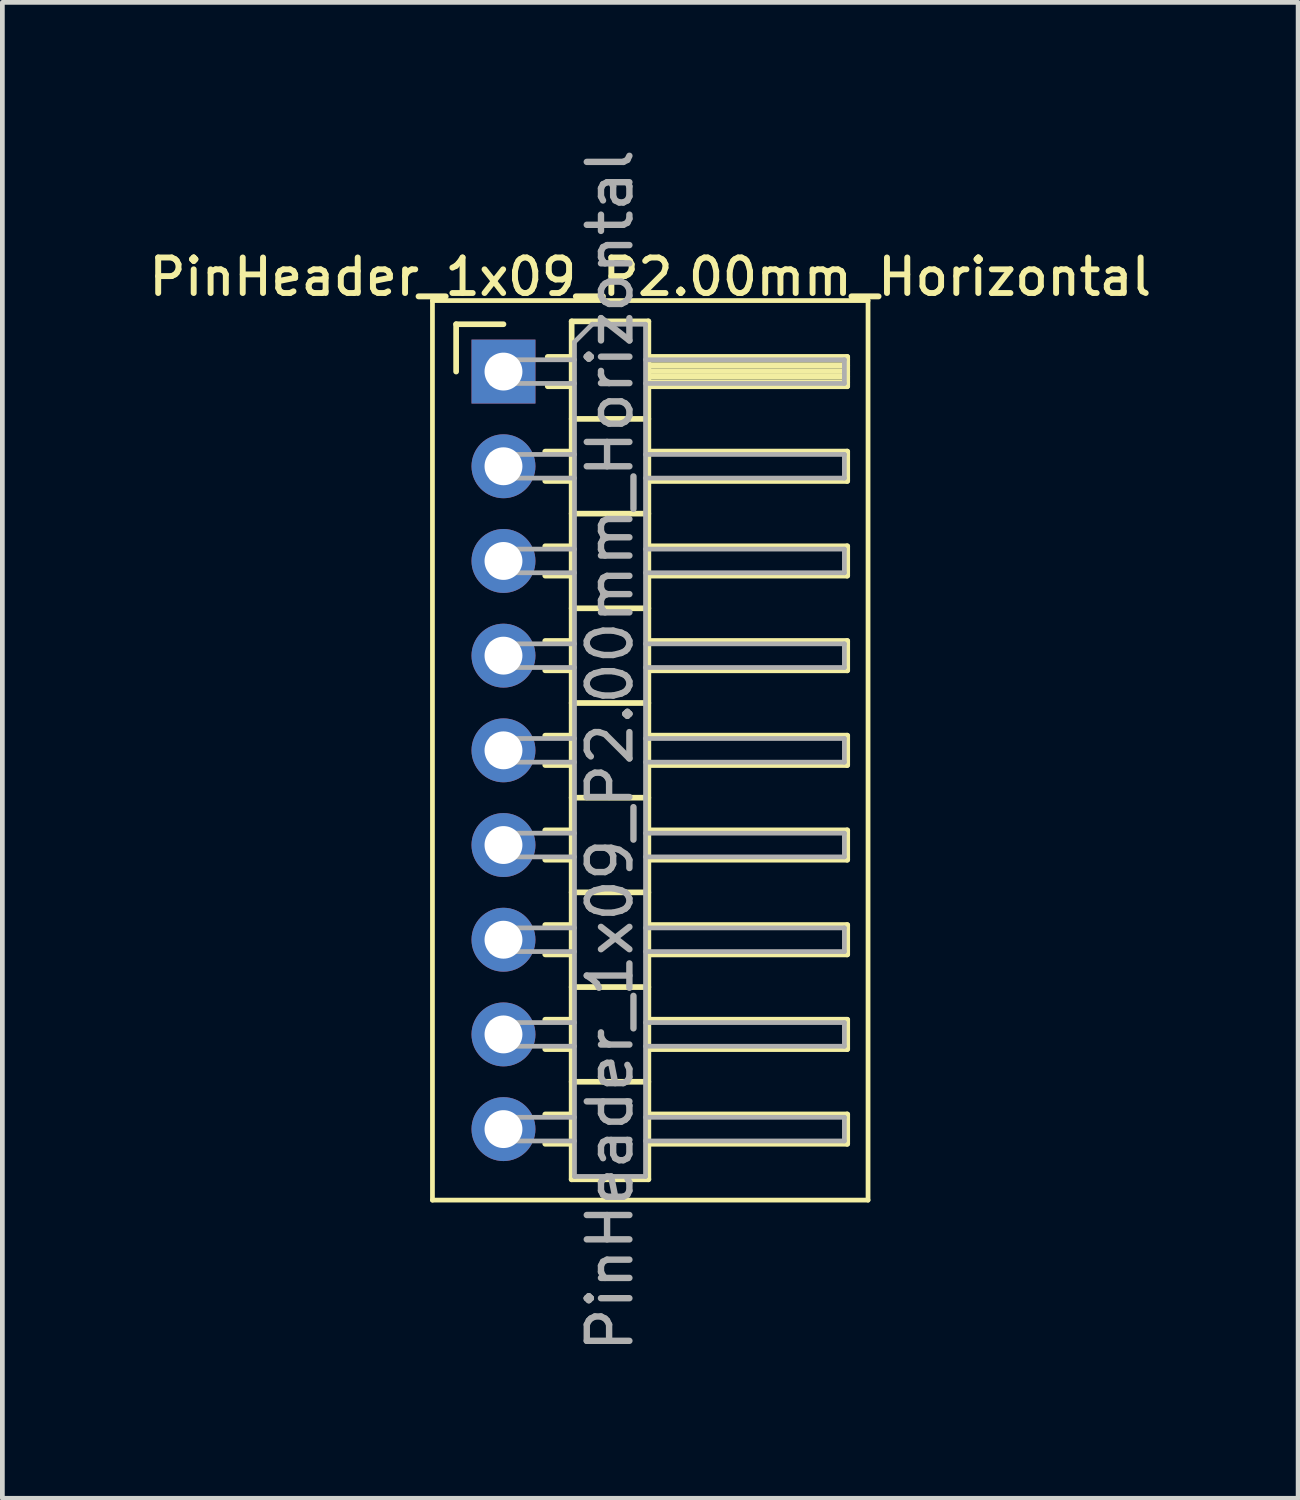
<source format=kicad_pcb>
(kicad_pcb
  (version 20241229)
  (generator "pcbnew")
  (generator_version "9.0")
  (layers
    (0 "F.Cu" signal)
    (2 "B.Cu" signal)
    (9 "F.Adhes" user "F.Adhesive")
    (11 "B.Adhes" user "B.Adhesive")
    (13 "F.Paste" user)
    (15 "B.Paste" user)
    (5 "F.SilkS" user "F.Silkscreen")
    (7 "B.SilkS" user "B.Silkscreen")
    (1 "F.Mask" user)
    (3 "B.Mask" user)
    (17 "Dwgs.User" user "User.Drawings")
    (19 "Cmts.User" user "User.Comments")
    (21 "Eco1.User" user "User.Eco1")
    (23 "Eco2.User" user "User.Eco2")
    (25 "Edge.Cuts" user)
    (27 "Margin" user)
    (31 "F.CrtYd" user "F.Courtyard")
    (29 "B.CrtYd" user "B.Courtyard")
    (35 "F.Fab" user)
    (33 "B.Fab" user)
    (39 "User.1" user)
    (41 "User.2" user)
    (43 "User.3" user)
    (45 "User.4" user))
  (footprint "PinHeader_1x09_P2.00mm_Horizontal"
    (layer "F.Cu")
    (at 7.584 4.798)
    (property "Reference" "PinHeader_1x09_P2.00mm_Horizontal" (at 3.1 -2 0) (layer "F.SilkS") (effects (font (size 0.75 0.75) (thickness 0.125))))
    (attr through_hole)
    (fp_line (start -1.5 -1.5) (end -1.5 17.5) (stroke (width 0.1) (type solid)) (layer "F.SilkS"))
    (fp_line (start -1.5 17.5) (end 7.7 17.5) (stroke (width 0.1) (type solid)) (layer "F.SilkS"))
    (fp_line (start -1 -1) (end 0 -1) (stroke (width 0.12) (type solid)) (layer "F.SilkS"))
    (fp_line (start -1 0) (end -1 -1) (stroke (width 0.12) (type solid)) (layer "F.SilkS"))
    (fp_line (start 0.882 1.69) (end 1.44 1.69) (stroke (width 0.12) (type solid)) (layer "F.SilkS"))
    (fp_line (start 0.882 2.31) (end 1.44 2.31) (stroke (width 0.12) (type solid)) (layer "F.SilkS"))
    (fp_line (start 0.882 3.69) (end 1.44 3.69) (stroke (width 0.12) (type solid)) (layer "F.SilkS"))
    (fp_line (start 0.882 4.31) (end 1.44 4.31) (stroke (width 0.12) (type solid)) (layer "F.SilkS"))
    (fp_line (start 0.882 5.69) (end 1.44 5.69) (stroke (width 0.12) (type solid)) (layer "F.SilkS"))
    (fp_line (start 0.882 6.31) (end 1.44 6.31) (stroke (width 0.12) (type solid)) (layer "F.SilkS"))
    (fp_line (start 0.882 7.69) (end 1.44 7.69) (stroke (width 0.12) (type solid)) (layer "F.SilkS"))
    (fp_line (start 0.882 8.31) (end 1.44 8.31) (stroke (width 0.12) (type solid)) (layer "F.SilkS"))
    (fp_line (start 0.882 9.69) (end 1.44 9.69) (stroke (width 0.12) (type solid)) (layer "F.SilkS"))
    (fp_line (start 0.882 10.31) (end 1.44 10.31) (stroke (width 0.12) (type solid)) (layer "F.SilkS"))
    (fp_line (start 0.882 11.69) (end 1.44 11.69) (stroke (width 0.12) (type solid)) (layer "F.SilkS"))
    (fp_line (start 0.882 12.31) (end 1.44 12.31) (stroke (width 0.12) (type solid)) (layer "F.SilkS"))
    (fp_line (start 0.882 13.69) (end 1.44 13.69) (stroke (width 0.12) (type solid)) (layer "F.SilkS"))
    (fp_line (start 0.882 14.31) (end 1.44 14.31) (stroke (width 0.12) (type solid)) (layer "F.SilkS"))
    (fp_line (start 0.882 15.69) (end 1.44 15.69) (stroke (width 0.12) (type solid)) (layer "F.SilkS"))
    (fp_line (start 0.882 16.31) (end 1.44 16.31) (stroke (width 0.12) (type solid)) (layer "F.SilkS"))
    (fp_line (start 0.935 -0.31) (end 1.44 -0.31) (stroke (width 0.12) (type solid)) (layer "F.SilkS"))
    (fp_line (start 0.935 0.31) (end 1.44 0.31) (stroke (width 0.12) (type solid)) (layer "F.SilkS"))
    (fp_line (start 1.44 -1.06) (end 1.44 17.06) (stroke (width 0.12) (type solid)) (layer "F.SilkS"))
    (fp_line (start 1.44 1) (end 3.06 1) (stroke (width 0.12) (type solid)) (layer "F.SilkS"))
    (fp_line (start 1.44 3) (end 3.06 3) (stroke (width 0.12) (type solid)) (layer "F.SilkS"))
    (fp_line (start 1.44 5) (end 3.06 5) (stroke (width 0.12) (type solid)) (layer "F.SilkS"))
    (fp_line (start 1.44 7) (end 3.06 7) (stroke (width 0.12) (type solid)) (layer "F.SilkS"))
    (fp_line (start 1.44 9) (end 3.06 9) (stroke (width 0.12) (type solid)) (layer "F.SilkS"))
    (fp_line (start 1.44 11) (end 3.06 11) (stroke (width 0.12) (type solid)) (layer "F.SilkS"))
    (fp_line (start 1.44 13) (end 3.06 13) (stroke (width 0.12) (type solid)) (layer "F.SilkS"))
    (fp_line (start 1.44 15) (end 3.06 15) (stroke (width 0.12) (type solid)) (layer "F.SilkS"))
    (fp_line (start 1.44 17.06) (end 3.06 17.06) (stroke (width 0.12) (type solid)) (layer "F.SilkS"))
    (fp_line (start 3.06 -1.06) (end 1.44 -1.06) (stroke (width 0.12) (type solid)) (layer "F.SilkS"))
    (fp_line (start 3.06 -0.31) (end 7.26 -0.31) (stroke (width 0.12) (type solid)) (layer "F.SilkS"))
    (fp_line (start 3.06 -0.25) (end 7.26 -0.25) (stroke (width 0.12) (type solid)) (layer "F.SilkS"))
    (fp_line (start 3.06 -0.13) (end 7.26 -0.13) (stroke (width 0.12) (type solid)) (layer "F.SilkS"))
    (fp_line (start 3.06 -0.01) (end 7.26 -0.01) (stroke (width 0.12) (type solid)) (layer "F.SilkS"))
    (fp_line (start 3.06 0.11) (end 7.26 0.11) (stroke (width 0.12) (type solid)) (layer "F.SilkS"))
    (fp_line (start 3.06 0.23) (end 7.26 0.23) (stroke (width 0.12) (type solid)) (layer "F.SilkS"))
    (fp_line (start 3.06 1.69) (end 7.26 1.69) (stroke (width 0.12) (type solid)) (layer "F.SilkS"))
    (fp_line (start 3.06 3.69) (end 7.26 3.69) (stroke (width 0.12) (type solid)) (layer "F.SilkS"))
    (fp_line (start 3.06 5.69) (end 7.26 5.69) (stroke (width 0.12) (type solid)) (layer "F.SilkS"))
    (fp_line (start 3.06 7.69) (end 7.26 7.69) (stroke (width 0.12) (type solid)) (layer "F.SilkS"))
    (fp_line (start 3.06 9.69) (end 7.26 9.69) (stroke (width 0.12) (type solid)) (layer "F.SilkS"))
    (fp_line (start 3.06 11.69) (end 7.26 11.69) (stroke (width 0.12) (type solid)) (layer "F.SilkS"))
    (fp_line (start 3.06 13.69) (end 7.26 13.69) (stroke (width 0.12) (type solid)) (layer "F.SilkS"))
    (fp_line (start 3.06 15.69) (end 7.26 15.69) (stroke (width 0.12) (type solid)) (layer "F.SilkS"))
    (fp_line (start 3.06 17.06) (end 3.06 -1.06) (stroke (width 0.12) (type solid)) (layer "F.SilkS"))
    (fp_line (start 7.26 -0.31) (end 7.26 0.31) (stroke (width 0.12) (type solid)) (layer "F.SilkS"))
    (fp_line (start 7.26 0.31) (end 3.06 0.31) (stroke (width 0.12) (type solid)) (layer "F.SilkS"))
    (fp_line (start 7.26 1.69) (end 7.26 2.31) (stroke (width 0.12) (type solid)) (layer "F.SilkS"))
    (fp_line (start 7.26 2.31) (end 3.06 2.31) (stroke (width 0.12) (type solid)) (layer "F.SilkS"))
    (fp_line (start 7.26 3.69) (end 7.26 4.31) (stroke (width 0.12) (type solid)) (layer "F.SilkS"))
    (fp_line (start 7.26 4.31) (end 3.06 4.31) (stroke (width 0.12) (type solid)) (layer "F.SilkS"))
    (fp_line (start 7.26 5.69) (end 7.26 6.31) (stroke (width 0.12) (type solid)) (layer "F.SilkS"))
    (fp_line (start 7.26 6.31) (end 3.06 6.31) (stroke (width 0.12) (type solid)) (layer "F.SilkS"))
    (fp_line (start 7.26 7.69) (end 7.26 8.31) (stroke (width 0.12) (type solid)) (layer "F.SilkS"))
    (fp_line (start 7.26 8.31) (end 3.06 8.31) (stroke (width 0.12) (type solid)) (layer "F.SilkS"))
    (fp_line (start 7.26 9.69) (end 7.26 10.31) (stroke (width 0.12) (type solid)) (layer "F.SilkS"))
    (fp_line (start 7.26 10.31) (end 3.06 10.31) (stroke (width 0.12) (type solid)) (layer "F.SilkS"))
    (fp_line (start 7.26 11.69) (end 7.26 12.31) (stroke (width 0.12) (type solid)) (layer "F.SilkS"))
    (fp_line (start 7.26 12.31) (end 3.06 12.31) (stroke (width 0.12) (type solid)) (layer "F.SilkS"))
    (fp_line (start 7.26 13.69) (end 7.26 14.31) (stroke (width 0.12) (type solid)) (layer "F.SilkS"))
    (fp_line (start 7.26 14.31) (end 3.06 14.31) (stroke (width 0.12) (type solid)) (layer "F.SilkS"))
    (fp_line (start 7.26 15.69) (end 7.26 16.31) (stroke (width 0.12) (type solid)) (layer "F.SilkS"))
    (fp_line (start 7.26 16.31) (end 3.06 16.31) (stroke (width 0.12) (type solid)) (layer "F.SilkS"))
    (fp_line (start 7.7 -1.5) (end -1.5 -1.5) (stroke (width 0.1) (type solid)) (layer "F.SilkS"))
    (fp_line (start 7.7 17.5) (end 7.7 -1.5) (stroke (width 0.1) (type solid)) (layer "F.SilkS"))
    (fp_line (start -0.25 -0.25) (end -0.25 0.25) (stroke (width 0.1) (type solid)) (layer "F.Fab"))
    (fp_line (start -0.25 -0.25) (end 1.5 -0.25) (stroke (width 0.1) (type solid)) (layer "F.Fab"))
    (fp_line (start -0.25 0.25) (end 1.5 0.25) (stroke (width 0.1) (type solid)) (layer "F.Fab"))
    (fp_line (start -0.25 1.75) (end -0.25 2.25) (stroke (width 0.1) (type solid)) (layer "F.Fab"))
    (fp_line (start -0.25 1.75) (end 1.5 1.75) (stroke (width 0.1) (type solid)) (layer "F.Fab"))
    (fp_line (start -0.25 2.25) (end 1.5 2.25) (stroke (width 0.1) (type solid)) (layer "F.Fab"))
    (fp_line (start -0.25 3.75) (end -0.25 4.25) (stroke (width 0.1) (type solid)) (layer "F.Fab"))
    (fp_line (start -0.25 3.75) (end 1.5 3.75) (stroke (width 0.1) (type solid)) (layer "F.Fab"))
    (fp_line (start -0.25 4.25) (end 1.5 4.25) (stroke (width 0.1) (type solid)) (layer "F.Fab"))
    (fp_line (start -0.25 5.75) (end -0.25 6.25) (stroke (width 0.1) (type solid)) (layer "F.Fab"))
    (fp_line (start -0.25 5.75) (end 1.5 5.75) (stroke (width 0.1) (type solid)) (layer "F.Fab"))
    (fp_line (start -0.25 6.25) (end 1.5 6.25) (stroke (width 0.1) (type solid)) (layer "F.Fab"))
    (fp_line (start -0.25 7.75) (end -0.25 8.25) (stroke (width 0.1) (type solid)) (layer "F.Fab"))
    (fp_line (start -0.25 7.75) (end 1.5 7.75) (stroke (width 0.1) (type solid)) (layer "F.Fab"))
    (fp_line (start -0.25 8.25) (end 1.5 8.25) (stroke (width 0.1) (type solid)) (layer "F.Fab"))
    (fp_line (start -0.25 9.75) (end -0.25 10.25) (stroke (width 0.1) (type solid)) (layer "F.Fab"))
    (fp_line (start -0.25 9.75) (end 1.5 9.75) (stroke (width 0.1) (type solid)) (layer "F.Fab"))
    (fp_line (start -0.25 10.25) (end 1.5 10.25) (stroke (width 0.1) (type solid)) (layer "F.Fab"))
    (fp_line (start -0.25 11.75) (end -0.25 12.25) (stroke (width 0.1) (type solid)) (layer "F.Fab"))
    (fp_line (start -0.25 11.75) (end 1.5 11.75) (stroke (width 0.1) (type solid)) (layer "F.Fab"))
    (fp_line (start -0.25 12.25) (end 1.5 12.25) (stroke (width 0.1) (type solid)) (layer "F.Fab"))
    (fp_line (start -0.25 13.75) (end -0.25 14.25) (stroke (width 0.1) (type solid)) (layer "F.Fab"))
    (fp_line (start -0.25 13.75) (end 1.5 13.75) (stroke (width 0.1) (type solid)) (layer "F.Fab"))
    (fp_line (start -0.25 14.25) (end 1.5 14.25) (stroke (width 0.1) (type solid)) (layer "F.Fab"))
    (fp_line (start -0.25 15.75) (end -0.25 16.25) (stroke (width 0.1) (type solid)) (layer "F.Fab"))
    (fp_line (start -0.25 15.75) (end 1.5 15.75) (stroke (width 0.1) (type solid)) (layer "F.Fab"))
    (fp_line (start -0.25 16.25) (end 1.5 16.25) (stroke (width 0.1) (type solid)) (layer "F.Fab"))
    (fp_line (start 1.5 -0.625) (end 1.875 -1) (stroke (width 0.1) (type solid)) (layer "F.Fab"))
    (fp_line (start 1.5 17) (end 1.5 -0.625) (stroke (width 0.1) (type solid)) (layer "F.Fab"))
    (fp_line (start 1.875 -1) (end 3 -1) (stroke (width 0.1) (type solid)) (layer "F.Fab"))
    (fp_line (start 3 -1) (end 3 17) (stroke (width 0.1) (type solid)) (layer "F.Fab"))
    (fp_line (start 3 -0.25) (end 7.2 -0.25) (stroke (width 0.1) (type solid)) (layer "F.Fab"))
    (fp_line (start 3 0.25) (end 7.2 0.25) (stroke (width 0.1) (type solid)) (layer "F.Fab"))
    (fp_line (start 3 1.75) (end 7.2 1.75) (stroke (width 0.1) (type solid)) (layer "F.Fab"))
    (fp_line (start 3 2.25) (end 7.2 2.25) (stroke (width 0.1) (type solid)) (layer "F.Fab"))
    (fp_line (start 3 3.75) (end 7.2 3.75) (stroke (width 0.1) (type solid)) (layer "F.Fab"))
    (fp_line (start 3 4.25) (end 7.2 4.25) (stroke (width 0.1) (type solid)) (layer "F.Fab"))
    (fp_line (start 3 5.75) (end 7.2 5.75) (stroke (width 0.1) (type solid)) (layer "F.Fab"))
    (fp_line (start 3 6.25) (end 7.2 6.25) (stroke (width 0.1) (type solid)) (layer "F.Fab"))
    (fp_line (start 3 7.75) (end 7.2 7.75) (stroke (width 0.1) (type solid)) (layer "F.Fab"))
    (fp_line (start 3 8.25) (end 7.2 8.25) (stroke (width 0.1) (type solid)) (layer "F.Fab"))
    (fp_line (start 3 9.75) (end 7.2 9.75) (stroke (width 0.1) (type solid)) (layer "F.Fab"))
    (fp_line (start 3 10.25) (end 7.2 10.25) (stroke (width 0.1) (type solid)) (layer "F.Fab"))
    (fp_line (start 3 11.75) (end 7.2 11.75) (stroke (width 0.1) (type solid)) (layer "F.Fab"))
    (fp_line (start 3 12.25) (end 7.2 12.25) (stroke (width 0.1) (type solid)) (layer "F.Fab"))
    (fp_line (start 3 13.75) (end 7.2 13.75) (stroke (width 0.1) (type solid)) (layer "F.Fab"))
    (fp_line (start 3 14.25) (end 7.2 14.25) (stroke (width 0.1) (type solid)) (layer "F.Fab"))
    (fp_line (start 3 15.75) (end 7.2 15.75) (stroke (width 0.1) (type solid)) (layer "F.Fab"))
    (fp_line (start 3 16.25) (end 7.2 16.25) (stroke (width 0.1) (type solid)) (layer "F.Fab"))
    (fp_line (start 3 17) (end 1.5 17) (stroke (width 0.1) (type solid)) (layer "F.Fab"))
    (fp_line (start 7.2 -0.25) (end 7.2 0.25) (stroke (width 0.1) (type solid)) (layer "F.Fab"))
    (fp_line (start 7.2 1.75) (end 7.2 2.25) (stroke (width 0.1) (type solid)) (layer "F.Fab"))
    (fp_line (start 7.2 3.75) (end 7.2 4.25) (stroke (width 0.1) (type solid)) (layer "F.Fab"))
    (fp_line (start 7.2 5.75) (end 7.2 6.25) (stroke (width 0.1) (type solid)) (layer "F.Fab"))
    (fp_line (start 7.2 7.75) (end 7.2 8.25) (stroke (width 0.1) (type solid)) (layer "F.Fab"))
    (fp_line (start 7.2 9.75) (end 7.2 10.25) (stroke (width 0.1) (type solid)) (layer "F.Fab"))
    (fp_line (start 7.2 11.75) (end 7.2 12.25) (stroke (width 0.1) (type solid)) (layer "F.Fab"))
    (fp_line (start 7.2 13.75) (end 7.2 14.25) (stroke (width 0.1) (type solid)) (layer "F.Fab"))
    (fp_line (start 7.2 15.75) (end 7.2 16.25) (stroke (width 0.1) (type solid)) (layer "F.Fab"))
    (fp_text user "${REFERENCE}" (at 2.25 8 90) (layer "F.Fab") (effects (font (size 0.9 0.9) (thickness 0.135))))
    (pad "1" thru_hole rect (at 0 0) (size 1.35 1.35) (drill 0.8) (layers "*.Cu" "*.Mask"))
    (pad "2" thru_hole oval (at 0 2) (size 1.35 1.35) (drill 0.8) (layers "*.Cu" "*.Mask"))
    (pad "3" thru_hole oval (at 0 4) (size 1.35 1.35) (drill 0.8) (layers "*.Cu" "*.Mask"))
    (pad "4" thru_hole oval (at 0 6) (size 1.35 1.35) (drill 0.8) (layers "*.Cu" "*.Mask"))
    (pad "5" thru_hole oval (at 0 8) (size 1.35 1.35) (drill 0.8) (layers "*.Cu" "*.Mask"))
    (pad "6" thru_hole oval (at 0 10) (size 1.35 1.35) (drill 0.8) (layers "*.Cu" "*.Mask"))
    (pad "7" thru_hole oval (at 0 12) (size 1.35 1.35) (drill 0.8) (layers "*.Cu" "*.Mask"))
    (pad "8" thru_hole oval (at 0 14) (size 1.35 1.35) (drill 0.8) (layers "*.Cu" "*.Mask"))
    (pad "9" thru_hole oval (at 0 16) (size 1.35 1.35) (drill 0.8) (layers "*.Cu" "*.Mask")))
  (gr_rect
    (start -3 -3)
    (end 24.368 28.596)
    (stroke (width 0.1) (type default))
    (fill no)
    (layer "Edge.Cuts")))
</source>
